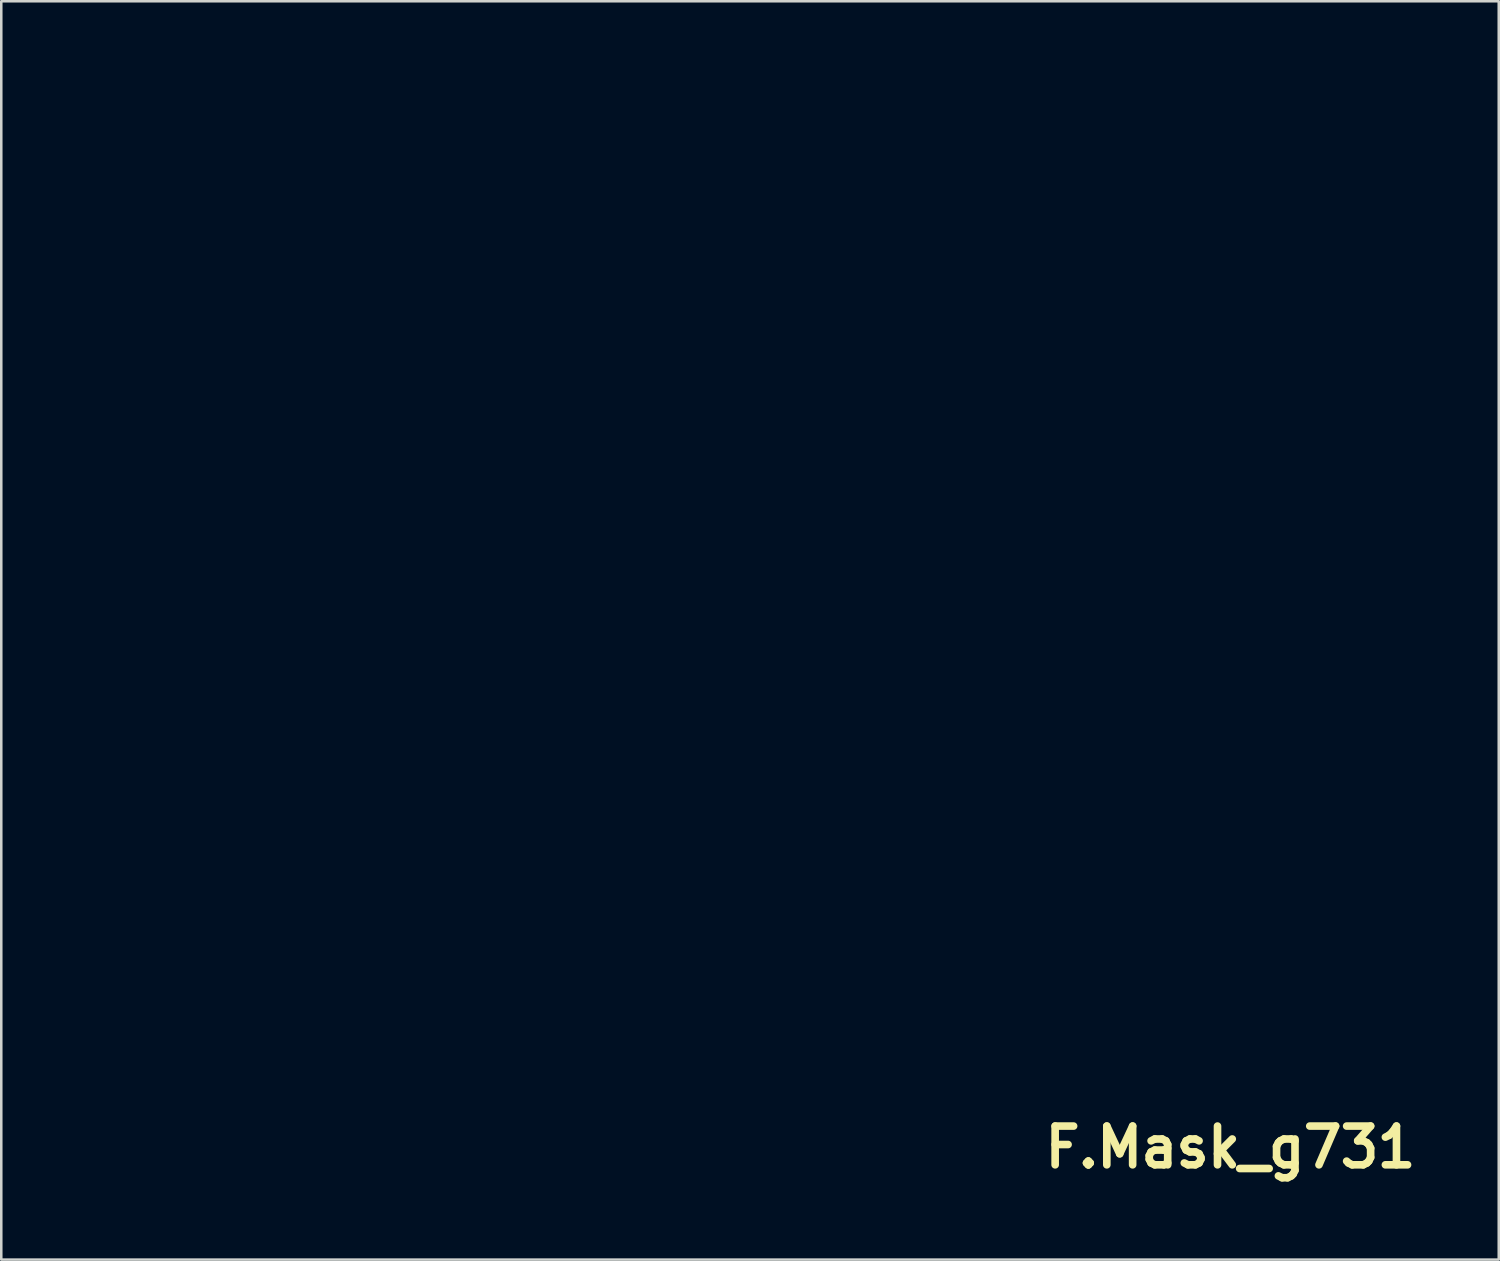
<source format=kicad_pcb>
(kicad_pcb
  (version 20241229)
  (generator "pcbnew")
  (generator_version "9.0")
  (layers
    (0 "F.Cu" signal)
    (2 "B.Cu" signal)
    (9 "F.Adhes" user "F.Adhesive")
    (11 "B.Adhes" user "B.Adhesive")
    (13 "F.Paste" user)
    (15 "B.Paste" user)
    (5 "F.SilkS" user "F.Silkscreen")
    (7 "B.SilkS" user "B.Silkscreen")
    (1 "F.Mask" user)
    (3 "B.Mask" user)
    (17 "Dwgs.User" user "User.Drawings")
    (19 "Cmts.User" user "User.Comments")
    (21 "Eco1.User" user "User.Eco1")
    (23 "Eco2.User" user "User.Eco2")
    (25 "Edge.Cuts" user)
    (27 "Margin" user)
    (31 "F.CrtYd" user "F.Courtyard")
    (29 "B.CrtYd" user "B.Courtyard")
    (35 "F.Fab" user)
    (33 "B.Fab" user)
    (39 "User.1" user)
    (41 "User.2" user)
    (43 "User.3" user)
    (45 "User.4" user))
  (footprint "F.Mask_g731"
    (layer "F.Cu")
    (at 45.35 42.08)
    (property "Reference" "F.Mask_g731" (at 0 0 0) (layer "F.SilkS") (effects (font (size 1.524 1.524) (thickness 0.3))))
    (attr through_hole)
    (fp_poly (pts (xy -34.007 -37.379) (xy -33.957 -37.378) (xy -33.913 -37.376) (xy -33.878 -37.374) (xy -33.855 -37.372) (xy -33.845 -37.37) (xy -33.846 -37.361) (xy -33.853 -37.339) (xy -33.864 -37.31) (xy -33.872 -37.29) (xy -33.905 -37.215) (xy -33.994 -37.215) (xy -34.037 -37.215) (xy -34.079 -37.215) (xy -34.114 -37.216) (xy -34.128 -37.217) (xy -34.174 -37.22) (xy -34.168 -37.259) (xy -34.165 -37.293) (xy -34.163 -37.33) (xy -34.163 -37.34) (xy -34.163 -37.382) (xy -34.007 -37.379)) (stroke (width 0.01) (type solid)) (fill yes) (layer "F.Mask"))
    (fp_poly (pts (xy -34.436 -36.705) (xy -34.434 -36.687) (xy -34.432 -36.656) (xy -34.431 -36.616) (xy -34.43 -36.57) (xy -34.43 -36.521) (xy -34.431 -36.474) (xy -34.432 -36.433) (xy -34.434 -36.4) (xy -34.436 -36.381) (xy -34.436 -36.379) (xy -34.443 -36.356) (xy -44.83 -36.356) (xy -44.898 -36.466) (xy -44.926 -36.512) (xy -44.955 -36.56) (xy -44.981 -36.604) (xy -45.001 -36.64) (xy -45.005 -36.647) (xy -45.043 -36.717) (xy -44.274 -36.723) (xy -44.218 -36.723) (xy -44.145 -36.723) (xy -44.057 -36.724) (xy -43.953 -36.724) (xy -43.835 -36.724) (xy -43.703 -36.725) (xy -43.558 -36.725) (xy -43.4 -36.725) (xy -43.23 -36.726) (xy -43.048 -36.726) (xy -42.856 -36.726) (xy -42.653 -36.726) (xy -42.441 -36.727) (xy -42.219 -36.727) (xy -41.99 -36.727) (xy -41.752 -36.727) (xy -41.507 -36.728) (xy -41.256 -36.728) (xy -40.998 -36.728) (xy -40.735 -36.728) (xy -40.468 -36.728) (xy -40.196 -36.728) (xy -39.921 -36.728) (xy -39.642 -36.728) (xy -39.361 -36.728) (xy -39.079 -36.728) (xy -38.974 -36.728) (xy -34.443 -36.728) (xy -34.436 -36.705)) (stroke (width 0.01) (type solid)) (fill yes) (layer "F.Mask"))
    (fp_poly (pts (xy -39.943 -42.075) (xy -39.801 -42.059) (xy -39.659 -42.027) (xy -39.52 -41.981) (xy -39.385 -41.918) (xy -39.256 -41.841) (xy -39.158 -41.769) (xy -39.063 -41.682) (xy -38.973 -41.587) (xy -38.893 -41.486) (xy -38.867 -41.449) (xy -38.836 -41.399) (xy -38.803 -41.338) (xy -38.77 -41.272) (xy -38.739 -41.205) (xy -38.714 -41.143) (xy -38.701 -41.108) (xy -38.66 -40.959) (xy -38.635 -40.809) (xy -38.626 -40.66) (xy -38.632 -40.511) (xy -38.652 -40.365) (xy -38.686 -40.223) (xy -38.735 -40.085) (xy -38.796 -39.953) (xy -38.87 -39.828) (xy -38.957 -39.71) (xy -39.055 -39.602) (xy -39.165 -39.504) (xy -39.285 -39.418) (xy -39.416 -39.344) (xy -39.423 -39.34) (xy -39.562 -39.282) (xy -39.706 -39.239) (xy -39.853 -39.212) (xy -40.001 -39.201) (xy -40.149 -39.207) (xy -40.177 -39.21) (xy -40.323 -39.235) (xy -40.466 -39.276) (xy -40.604 -39.333) (xy -40.736 -39.403) (xy -40.859 -39.487) (xy -40.972 -39.584) (xy -41.057 -39.671) (xy -41.152 -39.793) (xy -41.233 -39.923) (xy -41.3 -40.061) (xy -41.353 -40.205) (xy -41.391 -40.354) (xy -41.413 -40.506) (xy -41.419 -40.659) (xy -41.41 -40.805) (xy -41.385 -40.954) (xy -41.345 -41.1) (xy -41.291 -41.241) (xy -41.223 -41.374) (xy -41.144 -41.498) (xy -41.097 -41.559) (xy -40.994 -41.673) (xy -40.882 -41.773) (xy -40.762 -41.859) (xy -40.635 -41.931) (xy -40.503 -41.989) (xy -40.367 -42.032) (xy -40.227 -42.061) (xy -40.086 -42.075) (xy -39.943 -42.075)) (stroke (width 0.01) (type solid)) (fill yes) (layer "F.Mask"))
    (fp_poly (pts (xy -34.461 -37.307) (xy -34.456 -37.272) (xy -34.453 -37.243) (xy -34.451 -37.225) (xy -34.451 -37.221) (xy -34.455 -37.22) (xy -34.466 -37.22) (xy -34.485 -37.219) (xy -34.513 -37.218) (xy -34.548 -37.218) (xy -34.593 -37.217) (xy -34.647 -37.217) (xy -34.71 -37.216) (xy -34.783 -37.216) (xy -34.866 -37.215) (xy -34.959 -37.215) (xy -35.063 -37.214) (xy -35.178 -37.214) (xy -35.304 -37.214) (xy -35.441 -37.213) (xy -35.591 -37.213) (xy -35.752 -37.213) (xy -35.926 -37.213) (xy -36.112 -37.212) (xy -36.312 -37.212) (xy -36.525 -37.212) (xy -36.751 -37.212) (xy -36.991 -37.212) (xy -37.246 -37.211) (xy -37.515 -37.211) (xy -37.799 -37.211) (xy -38.097 -37.211) (xy -38.412 -37.211) (xy -38.742 -37.211) (xy -39.088 -37.211) (xy -39.45 -37.211) (xy -39.829 -37.211) (xy -45.289 -37.211) (xy -45.304 -37.247) (xy -45.326 -37.3) (xy -45.339 -37.338) (xy -45.345 -37.362) (xy -45.344 -37.37) (xy -45.335 -37.37) (xy -45.31 -37.37) (xy -45.269 -37.371) (xy -45.212 -37.371) (xy -45.14 -37.372) (xy -45.053 -37.372) (xy -44.952 -37.372) (xy -44.838 -37.373) (xy -44.71 -37.373) (xy -44.569 -37.373) (xy -44.415 -37.374) (xy -44.25 -37.374) (xy -44.073 -37.374) (xy -43.885 -37.375) (xy -43.686 -37.375) (xy -43.477 -37.375) (xy -43.258 -37.376) (xy -43.03 -37.376) (xy -42.793 -37.376) (xy -42.548 -37.377) (xy -42.295 -37.377) (xy -42.034 -37.377) (xy -41.766 -37.378) (xy -41.491 -37.378) (xy -41.211 -37.378) (xy -40.924 -37.378) (xy -40.633 -37.379) (xy -40.336 -37.379) (xy -40.035 -37.379) (xy -39.904 -37.379) (xy -34.47 -37.382) (xy -34.461 -37.307)) (stroke (width 0.01) (type solid)) (fill yes) (layer "F.Mask"))
    (fp_poly (pts (xy -39.441 -33.646) (xy -39.288 -33.646) (xy -39.142 -33.646) (xy -39.006 -33.646) (xy -38.878 -33.645) (xy -38.76 -33.645) (xy -38.654 -33.644) (xy -38.558 -33.644) (xy -38.475 -33.643) (xy -38.405 -33.642) (xy -38.348 -33.642) (xy -38.306 -33.641) (xy -38.28 -33.64) (xy -38.269 -33.639) (xy -38.269 -33.639) (xy -38.277 -33.634) (xy -38.3 -33.628) (xy -38.336 -33.62) (xy -38.383 -33.611) (xy -38.438 -33.601) (xy -38.501 -33.59) (xy -38.568 -33.579) (xy -38.638 -33.568) (xy -38.71 -33.557) (xy -38.78 -33.547) (xy -38.848 -33.539) (xy -38.911 -33.531) (xy -38.966 -33.525) (xy -38.974 -33.524) (xy -39.043 -33.519) (xy -39.119 -33.513) (xy -39.201 -33.508) (xy -39.284 -33.503) (xy -39.368 -33.499) (xy -39.449 -33.495) (xy -39.524 -33.492) (xy -39.593 -33.49) (xy -39.651 -33.49) (xy -39.697 -33.49) (xy -39.721 -33.491) (xy -39.743 -33.492) (xy -39.779 -33.494) (xy -39.824 -33.497) (xy -39.875 -33.5) (xy -39.929 -33.503) (xy -40.036 -33.509) (xy -40.13 -33.516) (xy -40.216 -33.523) (xy -40.296 -33.532) (xy -40.377 -33.542) (xy -40.378 -33.542) (xy -40.448 -33.551) (xy -40.52 -33.562) (xy -40.592 -33.573) (xy -40.662 -33.585) (xy -40.728 -33.596) (xy -40.787 -33.607) (xy -40.838 -33.617) (xy -40.879 -33.626) (xy -40.908 -33.633) (xy -40.922 -33.638) (xy -40.923 -33.639) (xy -40.916 -33.64) (xy -40.892 -33.641) (xy -40.852 -33.642) (xy -40.797 -33.642) (xy -40.727 -33.643) (xy -40.642 -33.644) (xy -40.543 -33.645) (xy -40.431 -33.645) (xy -40.305 -33.646) (xy -40.167 -33.646) (xy -40.016 -33.646) (xy -39.854 -33.646) (xy -39.681 -33.647) (xy -39.6 -33.647) (xy -39.441 -33.646)) (stroke (width 0.01) (type solid)) (fill yes) (layer "F.Mask"))
    (fp_poly (pts (xy -37.38 -35.948) (xy -37.164 -35.948) (xy -36.955 -35.948) (xy -36.753 -35.948) (xy -36.559 -35.948) (xy -36.372 -35.948) (xy -36.194 -35.948) (xy -36.025 -35.948) (xy -35.866 -35.948) (xy -35.718 -35.947) (xy -35.581 -35.947) (xy -35.455 -35.947) (xy -35.341 -35.947) (xy -35.24 -35.947) (xy -35.152 -35.946) (xy -35.078 -35.946) (xy -35.019 -35.946) (xy -34.975 -35.945) (xy -34.946 -35.945) (xy -34.944 -35.945) (xy -34.663 -35.939) (xy -34.677 -35.916) (xy -34.688 -35.898) (xy -34.71 -35.87) (xy -34.738 -35.834) (xy -34.772 -35.792) (xy -34.809 -35.747) (xy -34.849 -35.7) (xy -34.887 -35.654) (xy -34.924 -35.612) (xy -34.953 -35.579) (xy -35.031 -35.493) (xy -39.6 -35.492) (xy -44.169 -35.492) (xy -44.262 -35.6) (xy -44.305 -35.651) (xy -44.348 -35.703) (xy -44.39 -35.753) (xy -44.428 -35.8) (xy -44.462 -35.842) (xy -44.489 -35.876) (xy -44.508 -35.902) (xy -44.518 -35.917) (xy -44.519 -35.917) (xy -44.523 -35.933) (xy -44.522 -35.94) (xy -44.513 -35.94) (xy -44.488 -35.94) (xy -44.447 -35.941) (xy -44.391 -35.941) (xy -44.32 -35.942) (xy -44.236 -35.942) (xy -44.138 -35.942) (xy -44.027 -35.943) (xy -43.903 -35.943) (xy -43.768 -35.943) (xy -43.622 -35.944) (xy -43.466 -35.944) (xy -43.299 -35.944) (xy -43.123 -35.945) (xy -42.938 -35.945) (xy -42.745 -35.945) (xy -42.545 -35.945) (xy -42.337 -35.946) (xy -42.123 -35.946) (xy -41.903 -35.946) (xy -41.678 -35.946) (xy -41.448 -35.947) (xy -41.214 -35.947) (xy -40.976 -35.947) (xy -40.735 -35.947) (xy -40.492 -35.947) (xy -40.247 -35.948) (xy -40.001 -35.948) (xy -39.755 -35.948) (xy -39.508 -35.948) (xy -39.262 -35.948) (xy -39.016 -35.948) (xy -38.773 -35.948) (xy -38.532 -35.948) (xy -38.293 -35.948) (xy -38.058 -35.948) (xy -37.827 -35.948) (xy -37.601 -35.948) (xy -37.38 -35.948)) (stroke (width 0.01) (type solid)) (fill yes) (layer "F.Mask"))
    (fp_poly (pts (xy -39.362 -34.409) (xy -39.133 -34.408) (xy -38.909 -34.408) (xy -38.691 -34.408) (xy -38.479 -34.408) (xy -38.274 -34.408) (xy -38.076 -34.408) (xy -37.886 -34.408) (xy -37.704 -34.407) (xy -37.531 -34.407) (xy -37.368 -34.407) (xy -37.214 -34.406) (xy -37.072 -34.406) (xy -36.941 -34.406) (xy -36.822 -34.405) (xy -36.715 -34.405) (xy -36.621 -34.405) (xy -36.541 -34.404) (xy -36.475 -34.404) (xy -36.424 -34.403) (xy -36.388 -34.403) (xy -36.368 -34.403) (xy -36.364 -34.402) (xy -36.372 -34.394) (xy -36.393 -34.38) (xy -36.426 -34.36) (xy -36.47 -34.335) (xy -36.523 -34.306) (xy -36.583 -34.274) (xy -36.648 -34.239) (xy -36.718 -34.203) (xy -36.791 -34.166) (xy -36.864 -34.13) (xy -36.937 -34.094) (xy -37.008 -34.06) (xy -37.075 -34.028) (xy -37.137 -34) (xy -37.156 -33.992) (xy -37.247 -33.953) (xy -37.351 -33.912) (xy -37.466 -33.869) (xy -37.588 -33.825) (xy -37.714 -33.782) (xy -37.763 -33.766) (xy -37.895 -33.723) (xy -41.313 -33.724) (xy -41.516 -33.794) (xy -41.705 -33.861) (xy -41.88 -33.928) (xy -42.046 -33.996) (xy -42.206 -34.067) (xy -42.364 -34.142) (xy -42.424 -34.172) (xy -42.479 -34.201) (xy -42.535 -34.231) (xy -42.592 -34.261) (xy -42.647 -34.292) (xy -42.698 -34.321) (xy -42.742 -34.347) (xy -42.779 -34.369) (xy -42.807 -34.387) (xy -42.822 -34.398) (xy -42.824 -34.402) (xy -42.816 -34.402) (xy -42.791 -34.403) (xy -42.751 -34.403) (xy -42.695 -34.404) (xy -42.625 -34.404) (xy -42.54 -34.405) (xy -42.443 -34.405) (xy -42.332 -34.405) (xy -42.209 -34.406) (xy -42.074 -34.406) (xy -41.929 -34.406) (xy -41.772 -34.407) (xy -41.606 -34.407) (xy -41.43 -34.407) (xy -41.246 -34.408) (xy -41.053 -34.408) (xy -40.853 -34.408) (xy -40.645 -34.408) (xy -40.431 -34.408) (xy -40.212 -34.408) (xy -39.986 -34.408) (xy -39.756 -34.409) (xy -39.594 -34.409) (xy -39.362 -34.409)) (stroke (width 0.01) (type solid)) (fill yes) (layer "F.Mask"))
    (fp_poly (pts (xy -39.128 -35.168) (xy -38.914 -35.168) (xy -38.703 -35.168) (xy -38.496 -35.168) (xy -38.294 -35.168) (xy -38.096 -35.168) (xy -37.905 -35.167) (xy -37.72 -35.167) (xy -37.542 -35.166) (xy -37.384 -35.166) (xy -37.149 -35.165) (xy -36.931 -35.164) (xy -36.728 -35.164) (xy -36.542 -35.163) (xy -36.371 -35.162) (xy -36.215 -35.161) (xy -36.073 -35.161) (xy -35.946 -35.16) (xy -35.833 -35.159) (xy -35.733 -35.158) (xy -35.646 -35.157) (xy -35.572 -35.156) (xy -35.511 -35.155) (xy -35.462 -35.155) (xy -35.424 -35.154) (xy -35.397 -35.153) (xy -35.381 -35.151) (xy -35.376 -35.15) (xy -35.376 -35.15) (xy -35.385 -35.139) (xy -35.405 -35.119) (xy -35.435 -35.091) (xy -35.475 -35.057) (xy -35.521 -35.017) (xy -35.574 -34.972) (xy -35.631 -34.925) (xy -35.691 -34.876) (xy -35.752 -34.827) (xy -35.814 -34.778) (xy -35.873 -34.731) (xy -35.917 -34.698) (xy -36.041 -34.603) (xy -43.159 -34.605) (xy -43.231 -34.66) (xy -43.292 -34.708) (xy -43.355 -34.758) (xy -43.419 -34.809) (xy -43.483 -34.861) (xy -43.545 -34.912) (xy -43.605 -34.961) (xy -43.66 -35.007) (xy -43.709 -35.049) (xy -43.751 -35.085) (xy -43.785 -35.114) (xy -43.809 -35.137) (xy -43.822 -35.15) (xy -43.823 -35.153) (xy -43.815 -35.154) (xy -43.79 -35.155) (xy -43.75 -35.155) (xy -43.695 -35.156) (xy -43.625 -35.157) (xy -43.542 -35.158) (xy -43.446 -35.159) (xy -43.337 -35.159) (xy -43.217 -35.16) (xy -43.085 -35.161) (xy -42.943 -35.161) (xy -42.791 -35.162) (xy -42.631 -35.163) (xy -42.461 -35.163) (xy -42.284 -35.164) (xy -42.1 -35.164) (xy -41.909 -35.165) (xy -41.712 -35.165) (xy -41.51 -35.166) (xy -41.303 -35.166) (xy -41.093 -35.167) (xy -40.879 -35.167) (xy -40.663 -35.167) (xy -40.444 -35.168) (xy -40.224 -35.168) (xy -40.004 -35.168) (xy -39.783 -35.168) (xy -39.564 -35.168) (xy -39.345 -35.168) (xy -39.128 -35.168)) (stroke (width 0.01) (type solid)) (fill yes) (layer "F.Mask")))
  (gr_rect
    (start -3 -3)
    (end 55.905 46.498)
    (stroke (width 0.1) (type default))
    (fill no)
    (layer "Edge.Cuts")))
</source>
